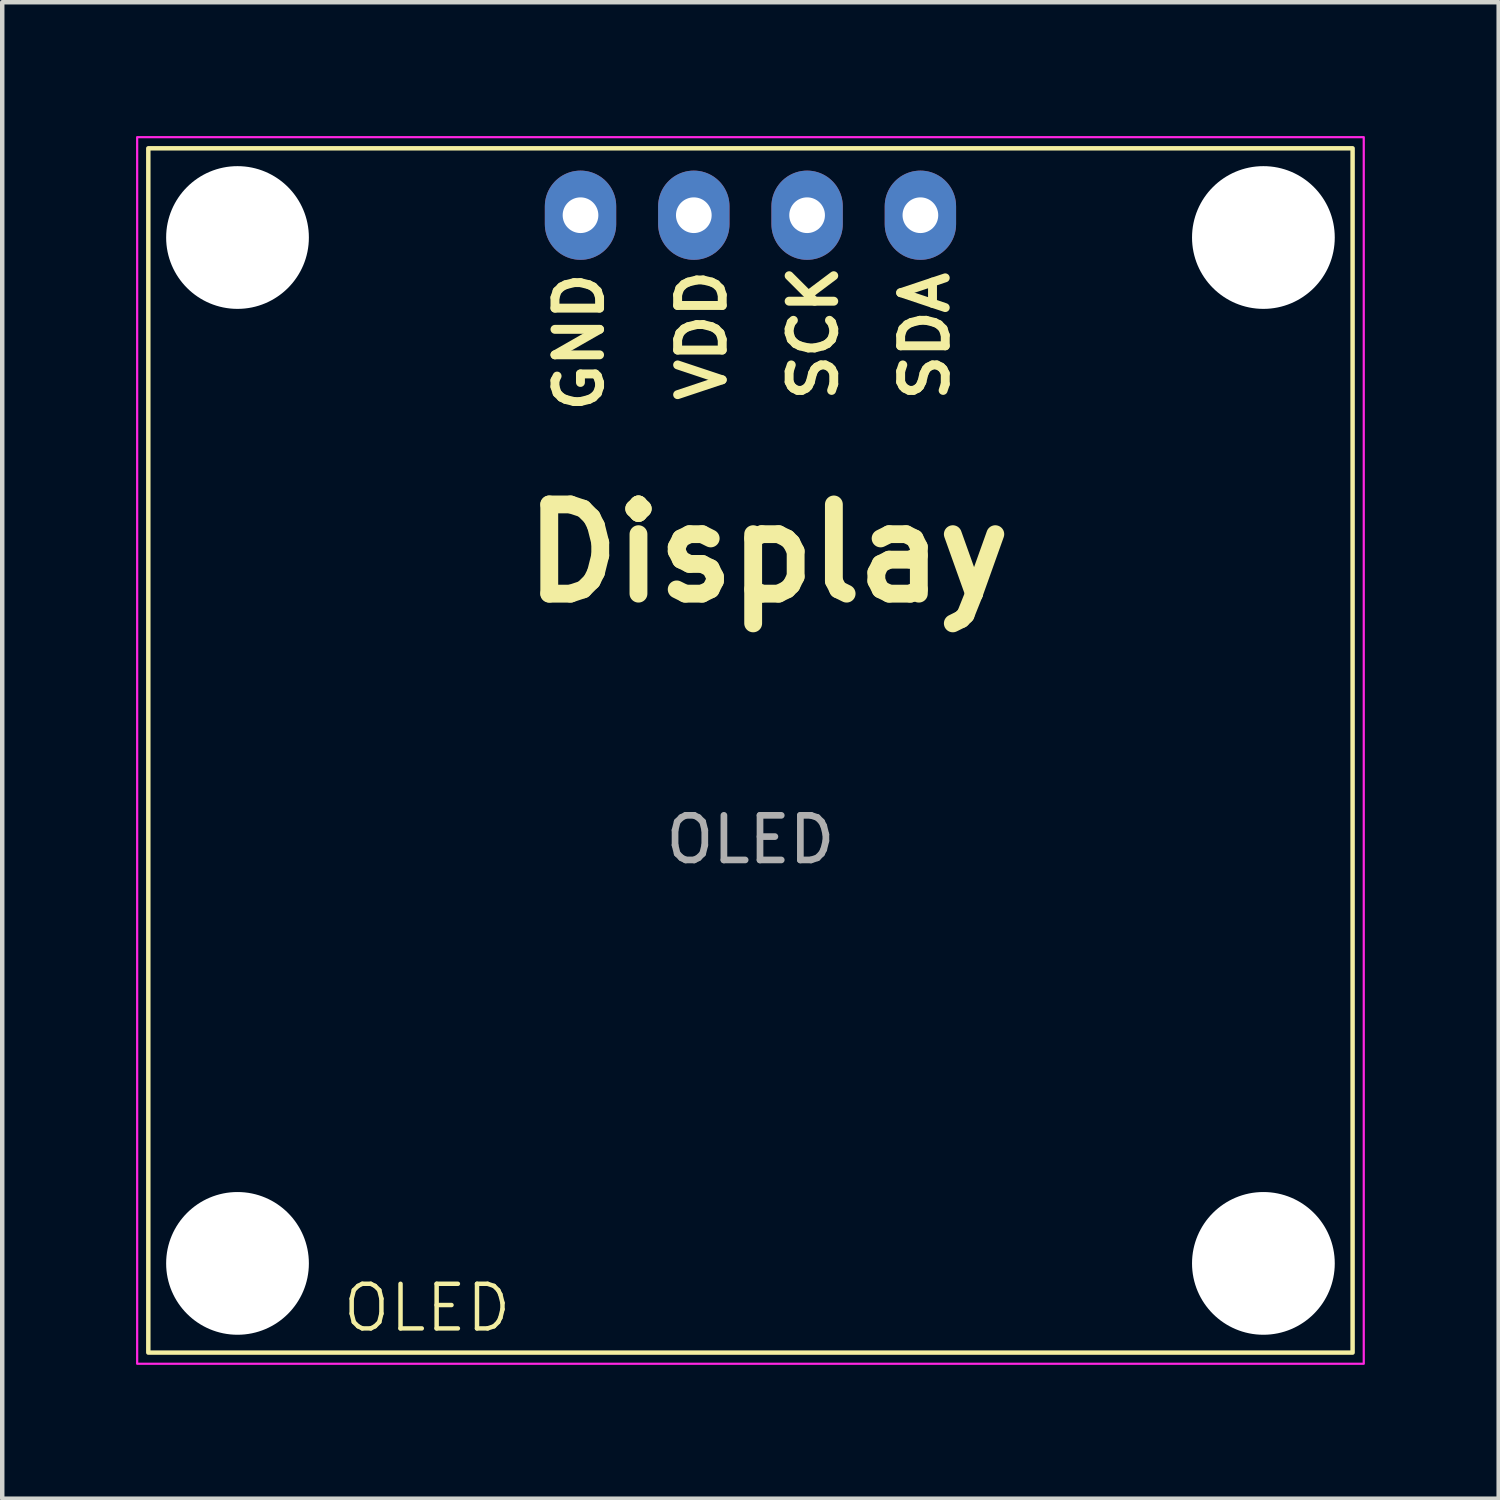
<source format=kicad_pcb>
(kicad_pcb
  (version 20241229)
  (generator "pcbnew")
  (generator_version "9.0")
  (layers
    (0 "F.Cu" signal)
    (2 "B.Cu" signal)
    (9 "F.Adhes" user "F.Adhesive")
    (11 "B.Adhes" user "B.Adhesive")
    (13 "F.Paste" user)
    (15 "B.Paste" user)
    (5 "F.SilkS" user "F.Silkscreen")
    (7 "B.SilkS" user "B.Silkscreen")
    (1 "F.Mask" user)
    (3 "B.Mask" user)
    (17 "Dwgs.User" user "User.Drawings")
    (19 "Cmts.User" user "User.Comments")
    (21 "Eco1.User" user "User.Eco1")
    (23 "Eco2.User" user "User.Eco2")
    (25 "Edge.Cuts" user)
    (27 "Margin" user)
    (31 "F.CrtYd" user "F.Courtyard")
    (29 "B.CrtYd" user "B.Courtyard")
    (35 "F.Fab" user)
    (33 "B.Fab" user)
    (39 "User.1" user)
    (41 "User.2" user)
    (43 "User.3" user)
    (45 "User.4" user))
  (footprint "OLED"
    (layer "F.Cu")
    (at 13.775 13.275)
    (property "Reference" "OLED" (at -7.25 13 0) (unlocked yes) (layer "F.SilkS") (effects (font (size 1 1) (thickness 0.1))))
    (attr through_hole)
    (fp_rect (start -13.5 -13) (end 13.5 14) (stroke (width 0.1) (type default)) (fill no) (layer "F.SilkS"))
    (fp_rect (start -13.75 -13.25) (end 13.75 14.25) (stroke (width 0.05) (type default)) (fill no) (layer "F.CrtYd"))
    (fp_text user "Display" (at -5.25 -2.75 0) (unlocked yes) (layer "F.SilkS") (effects (font (size 2 2) (thickness 0.4) (bold yes)) (justify left bottom)))
    (fp_text user "GND" (at -3.25 -7 90) (unlocked yes) (layer "F.SilkS") (effects (font (size 1 1) (thickness 0.2) (bold yes)) (justify left bottom)))
    (fp_text user "SDA" (at 4.5 -7.25 90) (unlocked yes) (layer "F.SilkS") (effects (font (size 1 1) (thickness 0.2) (bold yes)) (justify left bottom)))
    (fp_text user "VDD" (at -0.5 -7.25 90) (unlocked yes) (layer "F.SilkS") (effects (font (size 1 1) (thickness 0.2) (bold yes)) (justify left bottom)))
    (fp_text user "SCK" (at 2 -7.25 90) (unlocked yes) (layer "F.SilkS") (effects (font (size 1 1) (thickness 0.2) (bold yes)) (justify left bottom)))
    (fp_text user "${REFERENCE}" (at 0 2.5 0) (unlocked yes) (layer "F.Fab") (effects (font (size 1 1) (thickness 0.15))))
    (pad "" np_thru_hole circle (at -11.5 -11) (size 3.2 3.2) (drill 3.2) (layers "*.Cu" "*.Mask"))
    (pad "" np_thru_hole circle (at -11.5 12) (size 3.2 3.2) (drill 3.2) (layers "*.Cu" "*.Mask"))
    (pad "" np_thru_hole circle (at 11.5 -11) (size 3.2 3.2) (drill 3.2) (layers "*.Cu" "*.Mask"))
    (pad "" np_thru_hole circle (at 11.5 12) (size 3.2 3.2) (drill 3.2) (layers "*.Cu" "*.Mask"))
    (pad "1" thru_hole oval (at -3.81 -11.5) (size 1.6 2) (drill 0.8) (layers "*.Cu" "*.Mask"))
    (pad "2" thru_hole oval (at -1.27 -11.5) (size 1.6 2) (drill 0.8) (layers "*.Cu" "*.Mask"))
    (pad "3" thru_hole oval (at 1.27 -11.5) (size 1.6 2) (drill 0.8) (layers "*.Cu" "*.Mask"))
    (pad "4" thru_hole oval (at 3.81 -11.5) (size 1.6 2) (drill 0.8) (layers "*.Cu" "*.Mask"))
    (zone (net_name "") (layers "F.Cu" "B.Cu") (name "Hole1") (hatch edge 0.5) (connect_pads) (min_thickness 0.25) (filled_areas_thickness no) (keepout (tracks not_allowed) (vias not_allowed) (pads allowed) (copperpour not_allowed) (footprints allowed)) (placement (enabled no)) (fill) (polygon (pts (xy 0.275 0.525) (xy 0.275 4.275) (xy 4.275 4.275) (xy 4.275 0.525))))
    (zone (net_name "") (layers "F.Cu" "B.Cu") (name "Hole1") (hatch edge 0.5) (connect_pads) (min_thickness 0.25) (filled_areas_thickness no) (keepout (tracks not_allowed) (vias not_allowed) (pads allowed) (copperpour not_allowed) (footprints allowed)) (placement (enabled no)) (fill) (polygon (pts (xy 0.275 23.275) (xy 0.275 27.275) (xy 4.275 27.275) (xy 4.275 23.275))))
    (zone (net_name "") (layers "F.Cu" "B.Cu") (name "Hole1") (hatch edge 0.5) (connect_pads) (min_thickness 0.25) (filled_areas_thickness no) (keepout (tracks not_allowed) (vias not_allowed) (pads allowed) (copperpour not_allowed) (footprints allowed)) (placement (enabled no)) (fill) (polygon (pts (xy 23.275 0.275) (xy 23.275 4.275) (xy 27.275 4.275) (xy 27.275 0.275))))
    (zone (net_name "") (layers "F.Cu" "B.Cu") (name "Hole1") (hatch edge 0.5) (connect_pads) (min_thickness 0.25) (filled_areas_thickness no) (keepout (tracks not_allowed) (vias not_allowed) (pads allowed) (copperpour not_allowed) (footprints allowed)) (placement (enabled no)) (fill) (polygon (pts (xy 23.275 23.275) (xy 23.275 27.275) (xy 27.275 27.275) (xy 27.275 23.275)))))
  (gr_rect
    (start -3 -3)
    (end 30.55 30.55)
    (stroke (width 0.1) (type default))
    (fill no)
    (layer "Edge.Cuts")))
</source>
